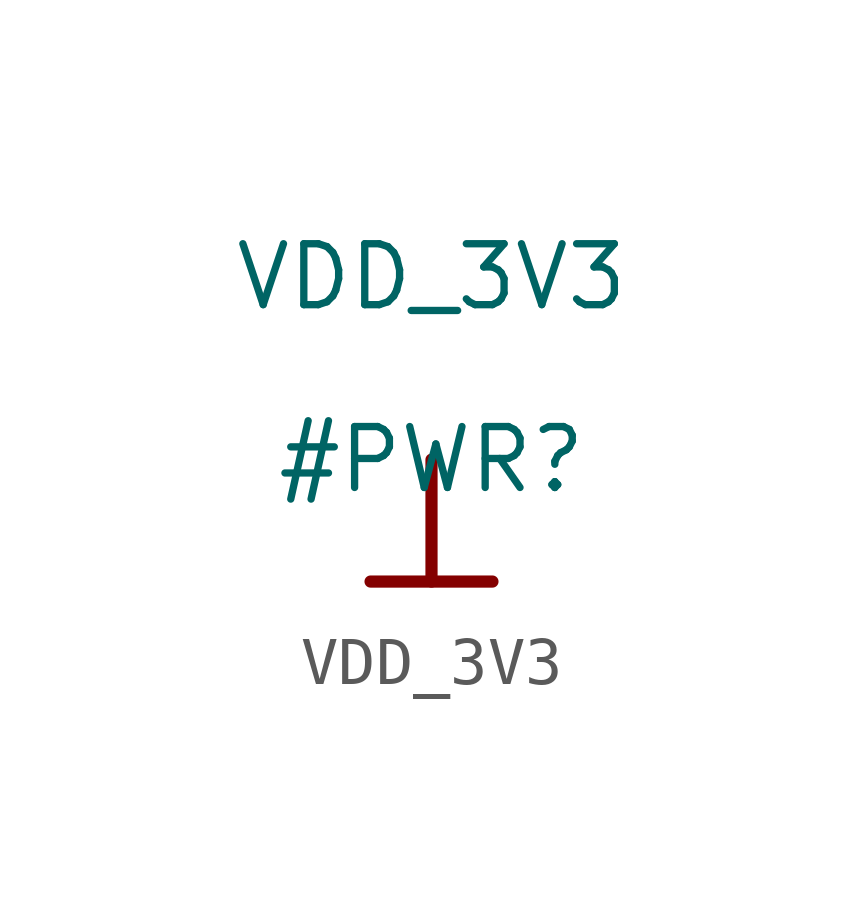
<source format=kicad_sym>
(kicad_symbol_lib
  (version 20220914)
  (generator kicad_symbol_editor)
  (symbol "VDD_3V3"
    (power)
    (property "Reference" "#PWR"
      (at 0 0 0)
      (effects (font (size 1.27 1.27))))
    (property "Value" "VDD_3V3"
      (at 0 3.81 0)
      (effects (font (size 1.27 1.27))))
    (symbol "VDD_3V3_0_0"
      (polyline (pts (xy -1.27 -2.54) (xy 1.27 -2.54)) (stroke (width 0.254) (type solid)) (fill (type none)))
      (polyline (pts (xy 0 0) (xy 0 -2.54)) (stroke (width 0.254) (type solid)) (fill (type none)))
      (pin power_in line (at 0 0 0) (length 0) hide (name "VDD_3V3" (effects (font (size 1.27 1.27)))) (number "" (effects (font (size 1.27 1.27))))))))
</source>
